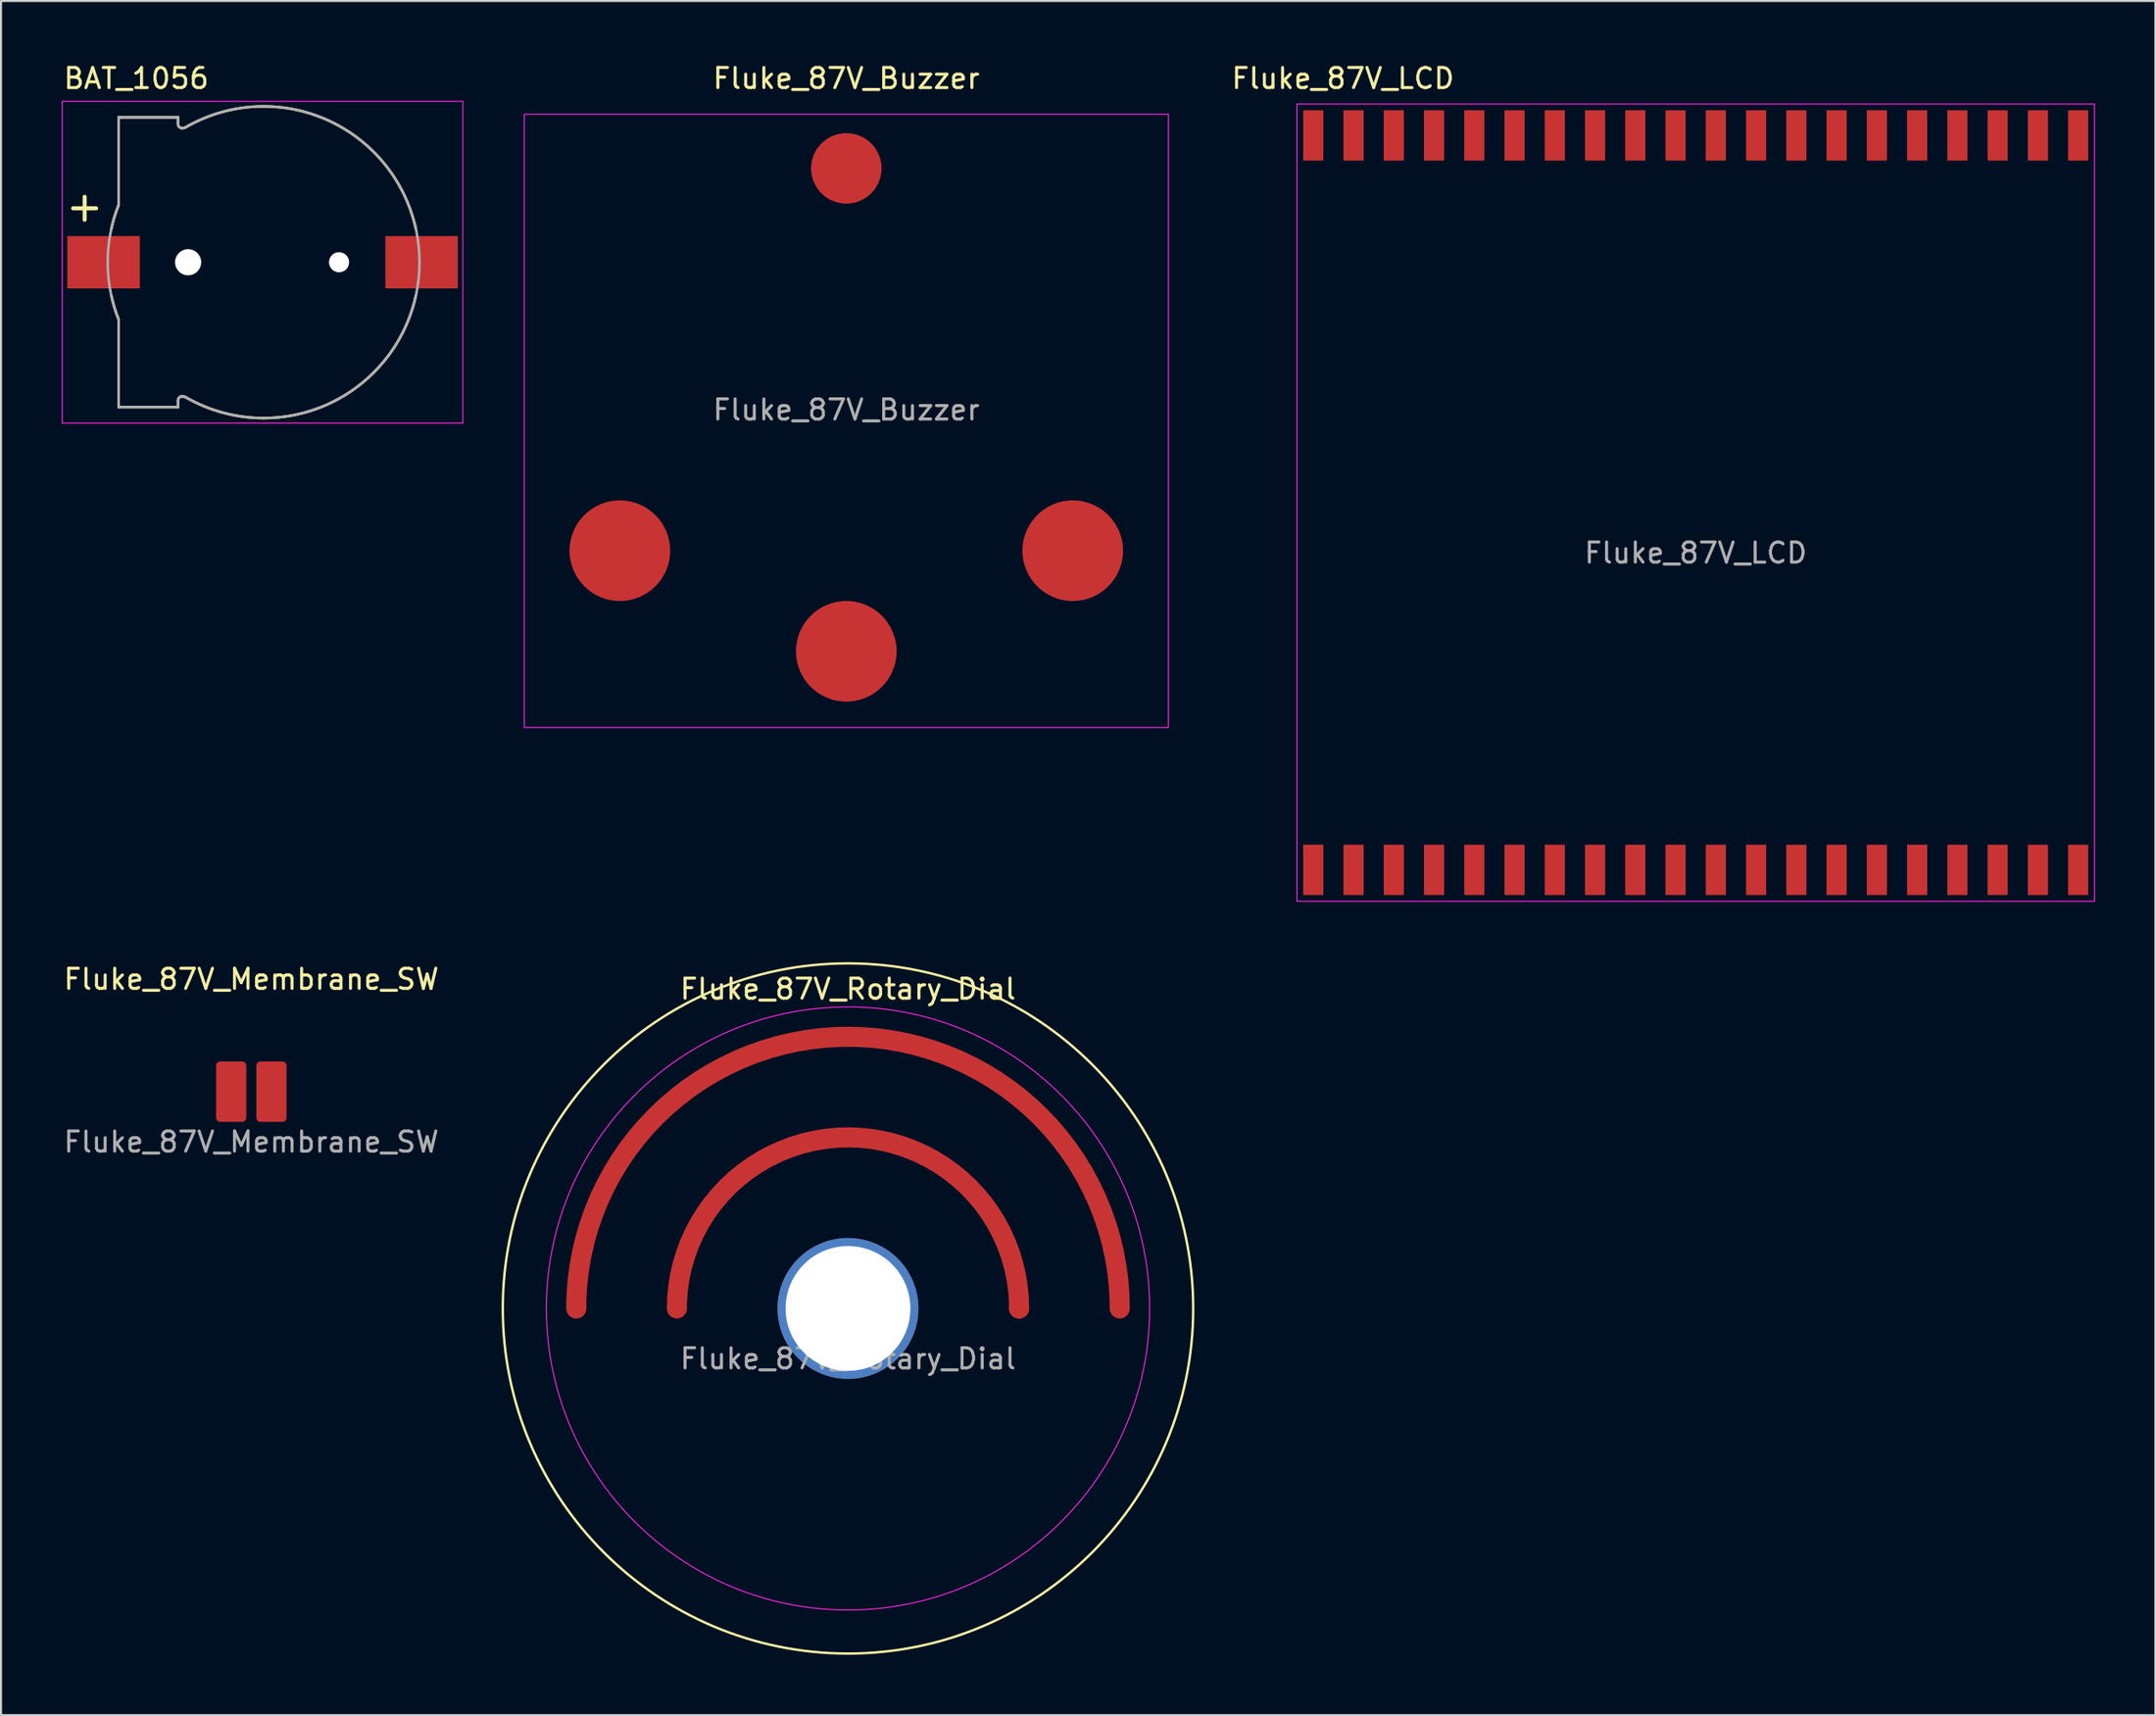
<source format=kicad_pcb>
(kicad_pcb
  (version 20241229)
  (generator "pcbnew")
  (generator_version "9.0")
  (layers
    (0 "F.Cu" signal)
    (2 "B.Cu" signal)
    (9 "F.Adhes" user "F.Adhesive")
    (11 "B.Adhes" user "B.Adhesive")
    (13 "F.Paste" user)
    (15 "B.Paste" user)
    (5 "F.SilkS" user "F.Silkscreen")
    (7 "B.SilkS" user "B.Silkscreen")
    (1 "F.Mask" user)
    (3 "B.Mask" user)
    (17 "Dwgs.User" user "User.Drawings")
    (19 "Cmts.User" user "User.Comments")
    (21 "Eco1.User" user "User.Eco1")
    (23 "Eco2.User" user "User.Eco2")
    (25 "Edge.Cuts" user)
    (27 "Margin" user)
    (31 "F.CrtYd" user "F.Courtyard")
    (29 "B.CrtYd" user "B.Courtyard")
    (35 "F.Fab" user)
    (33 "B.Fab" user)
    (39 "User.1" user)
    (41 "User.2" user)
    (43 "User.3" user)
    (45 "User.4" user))
  (footprint "BAT_1056"
    (layer "F.Cu")
    (at 10.045 9.983)
    (property "Reference" "BAT_1056" (at -6.325 -9.135 0) (layer "F.SilkS") (effects (font (size 1 1) (thickness 0.15))))
    (attr smd)
    (fp_line (start -7.2 -7.2) (end -4.25 -7.2) (stroke (width 0.127) (type solid)) (layer "F.SilkS"))
    (fp_line (start -7.2 -2.85) (end -7.2 -7.2) (stroke (width 0.127) (type solid)) (layer "F.SilkS"))
    (fp_line (start -7.2 2.85) (end -7.2 7.2) (stroke (width 0.127) (type solid)) (layer "F.SilkS"))
    (fp_line (start -7.2 7.2) (end -4.25 7.2) (stroke (width 0.127) (type solid)) (layer "F.SilkS"))
    (fp_line (start -4.25 -7.2) (end -4.25 -6.88) (stroke (width 0.127) (type solid)) (layer "F.SilkS"))
    (fp_line (start -4.25 7.2) (end -4.25 6.88) (stroke (width 0.127) (type solid)) (layer "F.SilkS"))
    (fp_arc (start -7.563 -1.664) (mid -7.406196 -2.264559) (end -7.2 -2.85) (stroke (width 0.127) (type solid)) (layer "F.SilkS"))
    (fp_arc (start -7.2 2.85) (mid -7.406196 2.264559) (end -7.563 1.664) (stroke (width 0.127) (type solid)) (layer "F.SilkS"))
    (fp_arc (start -4.250001 6.88) (mid -4.19703 6.732113) (end -4.055 6.665) (stroke (width 0.127) (type solid)) (layer "F.SilkS"))
    (fp_arc (start -4.055 -6.665) (mid -4.197028 -6.732114) (end -4.25 -6.88) (stroke (width 0.127) (type solid)) (layer "F.SilkS"))
    (fp_arc (start -4.055 6.665) (mid -3.96231 6.672896) (end -3.875 6.705) (stroke (width 0.127) (type solid)) (layer "F.SilkS"))
    (fp_arc (start -3.875 -6.705) (mid -3.96231 -6.672896) (end -4.055 -6.665) (stroke (width 0.127) (type solid)) (layer "F.SilkS"))
    (fp_arc (start -3.875 -6.705) (mid -2.006137 -7.480737) (end 0 -7.745) (stroke (width 0.127) (type solid)) (layer "F.SilkS"))
    (fp_arc (start 0 -7.745) (mid 4.852358 -6.036609) (end 7.564 -1.664999) (stroke (width 0.127) (type solid)) (layer "F.SilkS"))
    (fp_arc (start 0 7.745) (mid -2.006137 7.480737) (end -3.875 6.705) (stroke (width 0.127) (type solid)) (layer "F.SilkS"))
    (fp_arc (start 7.564 1.664999) (mid 4.852358 6.036609) (end 0 7.745) (stroke (width 0.127) (type solid)) (layer "F.SilkS"))
    (fp_line (start -10 -7.995) (end 9.9 -7.995) (stroke (width 0.05) (type solid)) (layer "F.CrtYd"))
    (fp_line (start -10 7.995) (end -10 -7.995) (stroke (width 0.05) (type solid)) (layer "F.CrtYd"))
    (fp_line (start 9.9 -7.995) (end 9.9 7.995) (stroke (width 0.05) (type solid)) (layer "F.CrtYd"))
    (fp_line (start 9.9 7.995) (end -10 7.995) (stroke (width 0.05) (type solid)) (layer "F.CrtYd"))
    (fp_line (start -7.2 -7.2) (end -7.2 -2.85) (stroke (width 0.127) (type solid)) (layer "F.Fab"))
    (fp_line (start -7.2 -7.2) (end -4.25 -7.2) (stroke (width 0.127) (type solid)) (layer "F.Fab"))
    (fp_line (start -7.2 2.85) (end -7.2 7.2) (stroke (width 0.127) (type solid)) (layer "F.Fab"))
    (fp_line (start -7.2 7.2) (end -4.25 7.2) (stroke (width 0.127) (type solid)) (layer "F.Fab"))
    (fp_line (start -4.25 -7.2) (end -4.25 -6.88) (stroke (width 0.127) (type solid)) (layer "F.Fab"))
    (fp_line (start -4.25 7.2) (end -4.25 6.88) (stroke (width 0.127) (type solid)) (layer "F.Fab"))
    (fp_arc (start -7.2 2.85) (mid -7.745059 0) (end -7.2 -2.85) (stroke (width 0.127) (type solid)) (layer "F.Fab"))
    (fp_arc (start -4.250001 6.88) (mid -4.19703 6.732113) (end -4.055 6.665) (stroke (width 0.127) (type solid)) (layer "F.Fab"))
    (fp_arc (start -4.055 -6.665) (mid -4.197028 -6.732114) (end -4.25 -6.88) (stroke (width 0.127) (type solid)) (layer "F.Fab"))
    (fp_arc (start -4.055 6.665) (mid -3.96231 6.672896) (end -3.875 6.705) (stroke (width 0.127) (type solid)) (layer "F.Fab"))
    (fp_arc (start -3.875 -6.705) (mid -3.96231 -6.672896) (end -4.055 -6.665) (stroke (width 0.127) (type solid)) (layer "F.Fab"))
    (fp_arc (start -3.875 -6.705) (mid -2.006137 -7.480737) (end 0 -7.745) (stroke (width 0.127) (type solid)) (layer "F.Fab"))
    (fp_arc (start 0 -7.745) (mid 7.745 0) (end 0 7.745) (stroke (width 0.127) (type solid)) (layer "F.Fab"))
    (fp_arc (start 0 7.745) (mid -2.006137 7.480737) (end -3.875 6.705) (stroke (width 0.127) (type solid)) (layer "F.Fab"))
    (fp_text user "+" (at -8.89 -2.794 0) (unlocked yes) (layer "F.SilkS") (effects (font (size 1.5 1.5) (thickness 0.2))))
    (pad "" np_thru_hole circle (at -3.75 0) (size 1.3 1.3) (drill 1.3) (layers "*.Cu" "*.Mask"))
    (pad "" np_thru_hole circle (at 3.75 0) (size 1 1) (drill 1) (layers "*.Cu" "*.Mask"))
    (pad "1" smd rect (at -7.95 0 180) (size 3.6 2.6) (layers "F.Cu" "F.Mask" "F.Paste"))
    (pad "2" smd rect (at 7.85 0 180) (size 3.6 2.6) (layers "F.Cu" "F.Mask" "F.Paste")))
  (footprint "Fluke_87V_Buzzer"
    (layer "F.Cu")
    (at 38.995 14.818)
    (property "Reference" "Fluke_87V_Buzzer" (at 0 -13.97 0) (unlocked yes) (layer "F.SilkS") (effects (font (size 1 1) (thickness 0.15))))
    (attr smd)
    (fp_rect (start -16 -12.192) (end 16 18.288) (stroke (width 0.05) (type solid)) (fill no) (layer "F.CrtYd"))
    (fp_text user "${REFERENCE}" (at 0 2.5 0) (unlocked yes) (layer "F.Fab") (effects (font (size 1 1) (thickness 0.15))))
    (pad "1" smd circle (at 0 -9.5) (size 3.5 3.5) (layers "F.Cu" "F.Mask"))
    (pad "2" smd circle (at -11.25 9.5) (size 5 5) (layers "F.Cu" "F.Mask"))
    (pad "2" smd circle (at 0 14.5) (size 5 5) (layers "F.Cu" "F.Mask"))
    (pad "2" smd circle (at 11.25 9.5) (size 5 5) (layers "F.Cu" "F.Mask")))
  (footprint "Fluke_87V_Rotary_Dial"
    (layer "F.Cu")
    (at 39.079 61.977)
    (property "Reference" "Fluke_87V_Rotary_Dial" (at 0 -15.875 0) (unlocked yes) (layer "F.SilkS") (effects (font (size 1 1) (thickness 0.15))))
    (attr smd)
    (fp_circle (center 0 0) (end 17.15 0) (stroke (width 0.12) (type solid)) (fill no) (layer "F.SilkS"))
    (fp_circle (center 0 0) (end 0 -14.986) (stroke (width 0.05) (type solid)) (fill no) (layer "F.CrtYd"))
    (fp_text user "${REFERENCE}" (at 0 2.5 0) (unlocked yes) (layer "F.Fab") (effects (font (size 1 1) (thickness 0.15))))
    (pad "" thru_hole circle (at 0 0) (size 7 7) (drill 6.2) (layers "*.Cu" "*.Mask"))
    (pad "1" smd custom (at -13.5 0) (size 1 1) (layers "F.Cu" "F.Mask") (options (anchor circle)) (primitives (gr_arc (start 0 0) (mid 13.5 -13.5) (end 27 0) (width 1))))
    (pad "2" smd custom (at -8.5 0) (size 1 1) (layers "F.Cu" "F.Mask") (options (anchor circle)) (primitives (gr_arc (start 0 0) (mid 8.5 -8.5) (end 17 0) (width 1))))
    (pad "2" smd circle (at 8.5 0) (size 1 1) (layers "F.Cu" "F.Mask")))
  (footprint "Fluke_87V_LCD"
    (layer "F.Cu")
    (at 81.195 21.93)
    (property "Reference" "Fluke_87V_LCD" (at -17.526 -21.082 0) (unlocked yes) (layer "F.SilkS") (effects (font (size 1 1) (thickness 0.15))))
    (attr smd)
    (fp_rect (start -19.812 -19.812) (end 19.812 19.812) (stroke (width 0.05) (type solid)) (fill no) (layer "F.CrtYd"))
    (fp_text user "${REFERENCE}" (at 0 2.5 0) (unlocked yes) (layer "F.Fab") (effects (font (size 1 1) (thickness 0.15))))
    (pad "1" smd rect (at 19 -18.25) (size 1 2.5) (layers "F.Cu" "F.Mask"))
    (pad "2" smd rect (at 17 -18.25) (size 1 2.5) (layers "F.Cu" "F.Mask"))
    (pad "3" smd rect (at 15 -18.25) (size 1 2.5) (layers "F.Cu" "F.Mask"))
    (pad "4" smd rect (at 13 -18.25) (size 1 2.5) (layers "F.Cu" "F.Mask"))
    (pad "5" smd rect (at 11 -18.25) (size 1 2.5) (layers "F.Cu" "F.Mask"))
    (pad "6" smd rect (at 9 -18.25) (size 1 2.5) (layers "F.Cu" "F.Mask"))
    (pad "7" smd rect (at 7 -18.25) (size 1 2.5) (layers "F.Cu" "F.Mask"))
    (pad "8" smd rect (at 5 -18.25) (size 1 2.5) (layers "F.Cu" "F.Mask"))
    (pad "9" smd rect (at 3 -18.25) (size 1 2.5) (layers "F.Cu" "F.Mask"))
    (pad "10" smd rect (at 1 -18.25) (size 1 2.5) (layers "F.Cu" "F.Mask"))
    (pad "11" smd rect (at -1 -18.25) (size 1 2.5) (layers "F.Cu" "F.Mask"))
    (pad "12" smd rect (at -3 -18.25) (size 1 2.5) (layers "F.Cu" "F.Mask"))
    (pad "13" smd rect (at -5 -18.25) (size 1 2.5) (layers "F.Cu" "F.Mask"))
    (pad "14" smd rect (at -7 -18.25) (size 1 2.5) (layers "F.Cu" "F.Mask"))
    (pad "15" smd rect (at -9 -18.25) (size 1 2.5) (layers "F.Cu" "F.Mask"))
    (pad "16" smd rect (at -11 -18.25) (size 1 2.5) (layers "F.Cu" "F.Mask"))
    (pad "17" smd rect (at -13 -18.25) (size 1 2.5) (layers "F.Cu" "F.Mask"))
    (pad "18" smd rect (at -15 -18.25) (size 1 2.5) (layers "F.Cu" "F.Mask"))
    (pad "19" smd rect (at -17 -18.25) (size 1 2.5) (layers "F.Cu" "F.Mask"))
    (pad "20" smd rect (at -19 -18.25) (size 1 2.5) (layers "F.Cu" "F.Mask"))
    (pad "21" smd rect (at -19 18.25) (size 1 2.5) (layers "F.Cu" "F.Mask"))
    (pad "22" smd rect (at -17 18.25) (size 1 2.5) (layers "F.Cu" "F.Mask"))
    (pad "23" smd rect (at -15 18.25) (size 1 2.5) (layers "F.Cu" "F.Mask"))
    (pad "24" smd rect (at -13 18.25) (size 1 2.5) (layers "F.Cu" "F.Mask"))
    (pad "25" smd rect (at -11 18.25) (size 1 2.5) (layers "F.Cu" "F.Mask"))
    (pad "26" smd rect (at -9 18.25) (size 1 2.5) (layers "F.Cu" "F.Mask"))
    (pad "27" smd rect (at -7 18.25) (size 1 2.5) (layers "F.Cu" "F.Mask"))
    (pad "28" smd rect (at -5 18.25) (size 1 2.5) (layers "F.Cu" "F.Mask"))
    (pad "29" smd rect (at -3 18.25) (size 1 2.5) (layers "F.Cu" "F.Mask"))
    (pad "30" smd rect (at -1 18.25) (size 1 2.5) (layers "F.Cu" "F.Mask"))
    (pad "31" smd rect (at 1 18.25) (size 1 2.5) (layers "F.Cu" "F.Mask"))
    (pad "32" smd rect (at 3 18.25) (size 1 2.5) (layers "F.Cu" "F.Mask"))
    (pad "33" smd rect (at 5 18.25) (size 1 2.5) (layers "F.Cu" "F.Mask"))
    (pad "34" smd rect (at 7 18.25) (size 1 2.5) (layers "F.Cu" "F.Mask"))
    (pad "35" smd rect (at 9 18.25) (size 1 2.5) (layers "F.Cu" "F.Mask"))
    (pad "36" smd rect (at 11 18.25) (size 1 2.5) (layers "F.Cu" "F.Mask"))
    (pad "37" smd rect (at 13 18.25) (size 1 2.5) (layers "F.Cu" "F.Mask"))
    (pad "38" smd rect (at 15 18.25) (size 1 2.5) (layers "F.Cu" "F.Mask"))
    (pad "39" smd rect (at 17 18.25) (size 1 2.5) (layers "F.Cu" "F.Mask"))
    (pad "40" smd rect (at 19 18.25) (size 1 2.5) (layers "F.Cu" "F.Mask")))
  (footprint "Fluke_87V_Membrane_SW"
    (layer "F.Cu")
    (at 9.435 51.203)
    (property "Reference" "Fluke_87V_Membrane_SW" (at 0 -5.588 0) (unlocked yes) (layer "F.SilkS") (effects (font (size 1 1) (thickness 0.15))))
    (attr smd)
    (fp_rect (start -1.9 -1.65) (end 1.9 1.65) (stroke (width 0.12) (type solid)) (fill yes) (layer "F.Mask"))
    (fp_text user "${REFERENCE}" (at 0 2.5 0) (unlocked yes) (layer "F.Fab") (effects (font (size 1 1) (thickness 0.15))))
    (pad "1" smd roundrect (at -1 0) (size 1.5 3) (layers "F.Cu" "F.Mask") (roundrect_rratio 0.133))
    (pad "2" smd roundrect (at 1 0) (size 1.5 3) (layers "F.Cu" "F.Mask") (roundrect_rratio 0.133)))
  (gr_rect
    (start -3 -3)
    (end 104.032 82.187)
    (stroke (width 0.1) (type default))
    (fill no)
    (layer "Edge.Cuts")))
</source>
